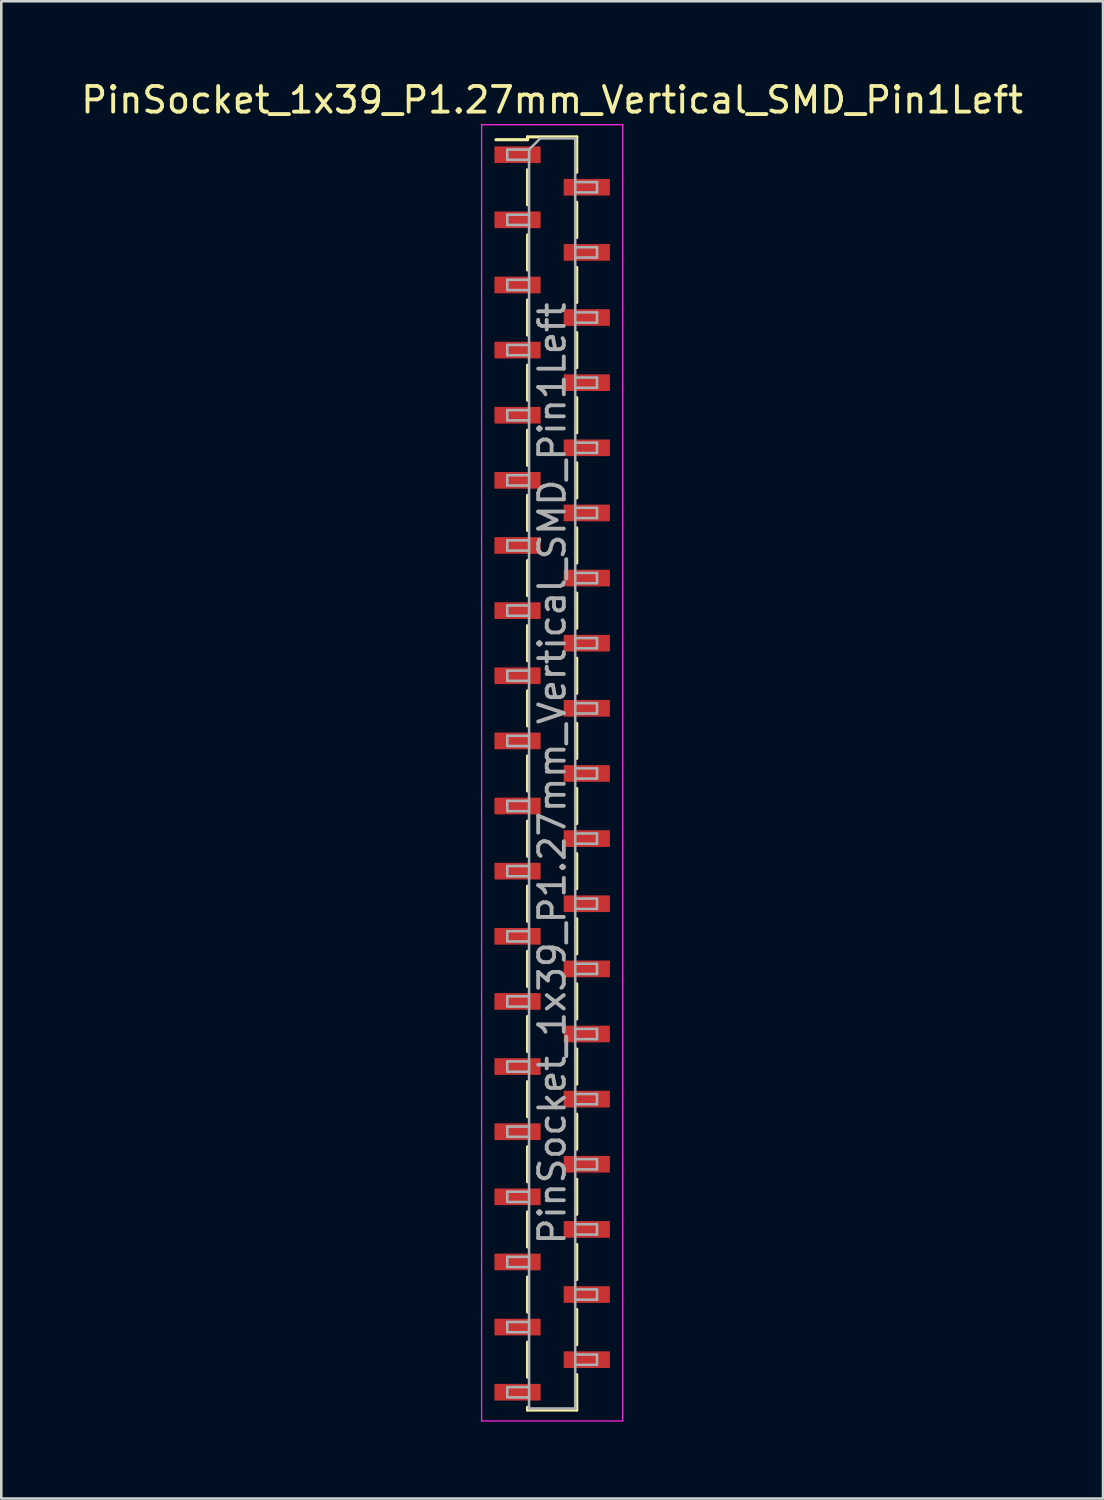
<source format=kicad_pcb>
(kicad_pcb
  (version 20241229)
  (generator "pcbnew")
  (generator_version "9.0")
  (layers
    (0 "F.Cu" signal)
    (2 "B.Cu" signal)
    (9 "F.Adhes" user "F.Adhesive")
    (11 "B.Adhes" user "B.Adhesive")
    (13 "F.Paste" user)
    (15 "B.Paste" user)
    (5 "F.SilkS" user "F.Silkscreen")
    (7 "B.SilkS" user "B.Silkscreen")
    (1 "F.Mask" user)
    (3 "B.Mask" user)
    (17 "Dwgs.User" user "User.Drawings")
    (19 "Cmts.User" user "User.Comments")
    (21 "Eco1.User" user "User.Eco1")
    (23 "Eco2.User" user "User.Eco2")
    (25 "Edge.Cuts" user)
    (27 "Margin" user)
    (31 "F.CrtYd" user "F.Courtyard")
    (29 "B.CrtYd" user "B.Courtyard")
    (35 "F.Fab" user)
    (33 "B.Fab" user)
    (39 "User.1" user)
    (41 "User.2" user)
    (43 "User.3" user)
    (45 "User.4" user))
  (footprint "PinSocket_1x39_P1.27mm_Vertical_SMD_Pin1Left"
    (layer "F.Cu")
    (at 18.482 27.113)
    (property "Reference" "PinSocket_1x39_P1.27mm_Vertical_SMD_Pin1Left" (at 0 -26.265 0) (layer "F.SilkS") (effects (font (size 1 1) (thickness 0.15))))
    (attr smd)
    (fp_line (start -2.19 -24.715) (end -0.96 -24.715) (stroke (width 0.12) (type solid)) (layer "F.SilkS"))
    (fp_line (start -0.96 -24.825) (end -0.96 -24.715) (stroke (width 0.12) (type solid)) (layer "F.SilkS"))
    (fp_line (start -0.96 -24.825) (end 0.96 -24.825) (stroke (width 0.12) (type solid)) (layer "F.SilkS"))
    (fp_line (start -0.96 -23.545) (end -0.96 -22.175) (stroke (width 0.12) (type solid)) (layer "F.SilkS"))
    (fp_line (start -0.96 -21.005) (end -0.96 -19.635) (stroke (width 0.12) (type solid)) (layer "F.SilkS"))
    (fp_line (start -0.96 -18.465) (end -0.96 -17.095) (stroke (width 0.12) (type solid)) (layer "F.SilkS"))
    (fp_line (start -0.96 -15.925) (end -0.96 -14.555) (stroke (width 0.12) (type solid)) (layer "F.SilkS"))
    (fp_line (start -0.96 -13.385) (end -0.96 -12.015) (stroke (width 0.12) (type solid)) (layer "F.SilkS"))
    (fp_line (start -0.96 -10.845) (end -0.96 -9.475) (stroke (width 0.12) (type solid)) (layer "F.SilkS"))
    (fp_line (start -0.96 -8.305) (end -0.96 -6.935) (stroke (width 0.12) (type solid)) (layer "F.SilkS"))
    (fp_line (start -0.96 -5.765) (end -0.96 -4.395) (stroke (width 0.12) (type solid)) (layer "F.SilkS"))
    (fp_line (start -0.96 -3.225) (end -0.96 -1.855) (stroke (width 0.12) (type solid)) (layer "F.SilkS"))
    (fp_line (start -0.96 -0.685) (end -0.96 0.685) (stroke (width 0.12) (type solid)) (layer "F.SilkS"))
    (fp_line (start -0.96 1.855) (end -0.96 3.225) (stroke (width 0.12) (type solid)) (layer "F.SilkS"))
    (fp_line (start -0.96 4.395) (end -0.96 5.765) (stroke (width 0.12) (type solid)) (layer "F.SilkS"))
    (fp_line (start -0.96 6.935) (end -0.96 8.305) (stroke (width 0.12) (type solid)) (layer "F.SilkS"))
    (fp_line (start -0.96 9.475) (end -0.96 10.845) (stroke (width 0.12) (type solid)) (layer "F.SilkS"))
    (fp_line (start -0.96 12.015) (end -0.96 13.385) (stroke (width 0.12) (type solid)) (layer "F.SilkS"))
    (fp_line (start -0.96 14.555) (end -0.96 15.925) (stroke (width 0.12) (type solid)) (layer "F.SilkS"))
    (fp_line (start -0.96 17.095) (end -0.96 18.465) (stroke (width 0.12) (type solid)) (layer "F.SilkS"))
    (fp_line (start -0.96 19.635) (end -0.96 21.005) (stroke (width 0.12) (type solid)) (layer "F.SilkS"))
    (fp_line (start -0.96 22.175) (end -0.96 23.545) (stroke (width 0.12) (type solid)) (layer "F.SilkS"))
    (fp_line (start -0.96 24.715) (end -0.96 24.825) (stroke (width 0.12) (type solid)) (layer "F.SilkS"))
    (fp_line (start -0.96 24.825) (end 0.96 24.825) (stroke (width 0.12) (type solid)) (layer "F.SilkS"))
    (fp_line (start 0.96 -24.825) (end 0.96 -23.445) (stroke (width 0.12) (type solid)) (layer "F.SilkS"))
    (fp_line (start 0.96 -22.275) (end 0.96 -20.905) (stroke (width 0.12) (type solid)) (layer "F.SilkS"))
    (fp_line (start 0.96 -19.735) (end 0.96 -18.365) (stroke (width 0.12) (type solid)) (layer "F.SilkS"))
    (fp_line (start 0.96 -17.195) (end 0.96 -15.825) (stroke (width 0.12) (type solid)) (layer "F.SilkS"))
    (fp_line (start 0.96 -14.655) (end 0.96 -13.285) (stroke (width 0.12) (type solid)) (layer "F.SilkS"))
    (fp_line (start 0.96 -12.115) (end 0.96 -10.745) (stroke (width 0.12) (type solid)) (layer "F.SilkS"))
    (fp_line (start 0.96 -9.575) (end 0.96 -8.205) (stroke (width 0.12) (type solid)) (layer "F.SilkS"))
    (fp_line (start 0.96 -7.035) (end 0.96 -5.665) (stroke (width 0.12) (type solid)) (layer "F.SilkS"))
    (fp_line (start 0.96 -4.495) (end 0.96 -3.125) (stroke (width 0.12) (type solid)) (layer "F.SilkS"))
    (fp_line (start 0.96 -1.955) (end 0.96 -0.585) (stroke (width 0.12) (type solid)) (layer "F.SilkS"))
    (fp_line (start 0.96 0.585) (end 0.96 1.955) (stroke (width 0.12) (type solid)) (layer "F.SilkS"))
    (fp_line (start 0.96 3.125) (end 0.96 4.495) (stroke (width 0.12) (type solid)) (layer "F.SilkS"))
    (fp_line (start 0.96 5.665) (end 0.96 7.035) (stroke (width 0.12) (type solid)) (layer "F.SilkS"))
    (fp_line (start 0.96 8.205) (end 0.96 9.575) (stroke (width 0.12) (type solid)) (layer "F.SilkS"))
    (fp_line (start 0.96 10.745) (end 0.96 12.115) (stroke (width 0.12) (type solid)) (layer "F.SilkS"))
    (fp_line (start 0.96 13.285) (end 0.96 14.655) (stroke (width 0.12) (type solid)) (layer "F.SilkS"))
    (fp_line (start 0.96 15.825) (end 0.96 17.195) (stroke (width 0.12) (type solid)) (layer "F.SilkS"))
    (fp_line (start 0.96 18.365) (end 0.96 19.735) (stroke (width 0.12) (type solid)) (layer "F.SilkS"))
    (fp_line (start 0.96 20.905) (end 0.96 22.275) (stroke (width 0.12) (type solid)) (layer "F.SilkS"))
    (fp_line (start 0.96 23.445) (end 0.96 24.825) (stroke (width 0.12) (type solid)) (layer "F.SilkS"))
    (fp_line (start -2.75 -25.3) (end 2.75 -25.3) (stroke (width 0.05) (type solid)) (layer "F.CrtYd"))
    (fp_line (start -2.75 25.25) (end -2.75 -25.3) (stroke (width 0.05) (type solid)) (layer "F.CrtYd"))
    (fp_line (start 2.75 -25.3) (end 2.75 25.25) (stroke (width 0.05) (type solid)) (layer "F.CrtYd"))
    (fp_line (start 2.75 25.25) (end -2.75 25.25) (stroke (width 0.05) (type solid)) (layer "F.CrtYd"))
    (fp_line (start -1.75 -24.33) (end -0.9 -24.33) (stroke (width 0.1) (type solid)) (layer "F.Fab"))
    (fp_line (start -1.75 -23.93) (end -1.75 -24.33) (stroke (width 0.1) (type solid)) (layer "F.Fab"))
    (fp_line (start -1.75 -21.79) (end -0.9 -21.79) (stroke (width 0.1) (type solid)) (layer "F.Fab"))
    (fp_line (start -1.75 -21.39) (end -1.75 -21.79) (stroke (width 0.1) (type solid)) (layer "F.Fab"))
    (fp_line (start -1.75 -19.25) (end -0.9 -19.25) (stroke (width 0.1) (type solid)) (layer "F.Fab"))
    (fp_line (start -1.75 -18.85) (end -1.75 -19.25) (stroke (width 0.1) (type solid)) (layer "F.Fab"))
    (fp_line (start -1.75 -16.71) (end -0.9 -16.71) (stroke (width 0.1) (type solid)) (layer "F.Fab"))
    (fp_line (start -1.75 -16.31) (end -1.75 -16.71) (stroke (width 0.1) (type solid)) (layer "F.Fab"))
    (fp_line (start -1.75 -14.17) (end -0.9 -14.17) (stroke (width 0.1) (type solid)) (layer "F.Fab"))
    (fp_line (start -1.75 -13.77) (end -1.75 -14.17) (stroke (width 0.1) (type solid)) (layer "F.Fab"))
    (fp_line (start -1.75 -11.63) (end -0.9 -11.63) (stroke (width 0.1) (type solid)) (layer "F.Fab"))
    (fp_line (start -1.75 -11.23) (end -1.75 -11.63) (stroke (width 0.1) (type solid)) (layer "F.Fab"))
    (fp_line (start -1.75 -9.09) (end -0.9 -9.09) (stroke (width 0.1) (type solid)) (layer "F.Fab"))
    (fp_line (start -1.75 -8.69) (end -1.75 -9.09) (stroke (width 0.1) (type solid)) (layer "F.Fab"))
    (fp_line (start -1.75 -6.55) (end -0.9 -6.55) (stroke (width 0.1) (type solid)) (layer "F.Fab"))
    (fp_line (start -1.75 -6.15) (end -1.75 -6.55) (stroke (width 0.1) (type solid)) (layer "F.Fab"))
    (fp_line (start -1.75 -4.01) (end -0.9 -4.01) (stroke (width 0.1) (type solid)) (layer "F.Fab"))
    (fp_line (start -1.75 -3.61) (end -1.75 -4.01) (stroke (width 0.1) (type solid)) (layer "F.Fab"))
    (fp_line (start -1.75 -1.47) (end -0.9 -1.47) (stroke (width 0.1) (type solid)) (layer "F.Fab"))
    (fp_line (start -1.75 -1.07) (end -1.75 -1.47) (stroke (width 0.1) (type solid)) (layer "F.Fab"))
    (fp_line (start -1.75 1.07) (end -0.9 1.07) (stroke (width 0.1) (type solid)) (layer "F.Fab"))
    (fp_line (start -1.75 1.47) (end -1.75 1.07) (stroke (width 0.1) (type solid)) (layer "F.Fab"))
    (fp_line (start -1.75 3.61) (end -0.9 3.61) (stroke (width 0.1) (type solid)) (layer "F.Fab"))
    (fp_line (start -1.75 4.01) (end -1.75 3.61) (stroke (width 0.1) (type solid)) (layer "F.Fab"))
    (fp_line (start -1.75 6.15) (end -0.9 6.15) (stroke (width 0.1) (type solid)) (layer "F.Fab"))
    (fp_line (start -1.75 6.55) (end -1.75 6.15) (stroke (width 0.1) (type solid)) (layer "F.Fab"))
    (fp_line (start -1.75 8.69) (end -0.9 8.69) (stroke (width 0.1) (type solid)) (layer "F.Fab"))
    (fp_line (start -1.75 9.09) (end -1.75 8.69) (stroke (width 0.1) (type solid)) (layer "F.Fab"))
    (fp_line (start -1.75 11.23) (end -0.9 11.23) (stroke (width 0.1) (type solid)) (layer "F.Fab"))
    (fp_line (start -1.75 11.63) (end -1.75 11.23) (stroke (width 0.1) (type solid)) (layer "F.Fab"))
    (fp_line (start -1.75 13.77) (end -0.9 13.77) (stroke (width 0.1) (type solid)) (layer "F.Fab"))
    (fp_line (start -1.75 14.17) (end -1.75 13.77) (stroke (width 0.1) (type solid)) (layer "F.Fab"))
    (fp_line (start -1.75 16.31) (end -0.9 16.31) (stroke (width 0.1) (type solid)) (layer "F.Fab"))
    (fp_line (start -1.75 16.71) (end -1.75 16.31) (stroke (width 0.1) (type solid)) (layer "F.Fab"))
    (fp_line (start -1.75 18.85) (end -0.9 18.85) (stroke (width 0.1) (type solid)) (layer "F.Fab"))
    (fp_line (start -1.75 19.25) (end -1.75 18.85) (stroke (width 0.1) (type solid)) (layer "F.Fab"))
    (fp_line (start -1.75 21.39) (end -0.9 21.39) (stroke (width 0.1) (type solid)) (layer "F.Fab"))
    (fp_line (start -1.75 21.79) (end -1.75 21.39) (stroke (width 0.1) (type solid)) (layer "F.Fab"))
    (fp_line (start -1.75 23.93) (end -0.9 23.93) (stroke (width 0.1) (type solid)) (layer "F.Fab"))
    (fp_line (start -1.75 24.33) (end -1.75 23.93) (stroke (width 0.1) (type solid)) (layer "F.Fab"))
    (fp_line (start -0.9 -24.33) (end -0.465 -24.765) (stroke (width 0.1) (type solid)) (layer "F.Fab"))
    (fp_line (start -0.9 -23.93) (end -1.75 -23.93) (stroke (width 0.1) (type solid)) (layer "F.Fab"))
    (fp_line (start -0.9 -21.39) (end -1.75 -21.39) (stroke (width 0.1) (type solid)) (layer "F.Fab"))
    (fp_line (start -0.9 -18.85) (end -1.75 -18.85) (stroke (width 0.1) (type solid)) (layer "F.Fab"))
    (fp_line (start -0.9 -16.31) (end -1.75 -16.31) (stroke (width 0.1) (type solid)) (layer "F.Fab"))
    (fp_line (start -0.9 -13.77) (end -1.75 -13.77) (stroke (width 0.1) (type solid)) (layer "F.Fab"))
    (fp_line (start -0.9 -11.23) (end -1.75 -11.23) (stroke (width 0.1) (type solid)) (layer "F.Fab"))
    (fp_line (start -0.9 -8.69) (end -1.75 -8.69) (stroke (width 0.1) (type solid)) (layer "F.Fab"))
    (fp_line (start -0.9 -6.15) (end -1.75 -6.15) (stroke (width 0.1) (type solid)) (layer "F.Fab"))
    (fp_line (start -0.9 -3.61) (end -1.75 -3.61) (stroke (width 0.1) (type solid)) (layer "F.Fab"))
    (fp_line (start -0.9 -1.07) (end -1.75 -1.07) (stroke (width 0.1) (type solid)) (layer "F.Fab"))
    (fp_line (start -0.9 1.47) (end -1.75 1.47) (stroke (width 0.1) (type solid)) (layer "F.Fab"))
    (fp_line (start -0.9 4.01) (end -1.75 4.01) (stroke (width 0.1) (type solid)) (layer "F.Fab"))
    (fp_line (start -0.9 6.55) (end -1.75 6.55) (stroke (width 0.1) (type solid)) (layer "F.Fab"))
    (fp_line (start -0.9 9.09) (end -1.75 9.09) (stroke (width 0.1) (type solid)) (layer "F.Fab"))
    (fp_line (start -0.9 11.63) (end -1.75 11.63) (stroke (width 0.1) (type solid)) (layer "F.Fab"))
    (fp_line (start -0.9 14.17) (end -1.75 14.17) (stroke (width 0.1) (type solid)) (layer "F.Fab"))
    (fp_line (start -0.9 16.71) (end -1.75 16.71) (stroke (width 0.1) (type solid)) (layer "F.Fab"))
    (fp_line (start -0.9 19.25) (end -1.75 19.25) (stroke (width 0.1) (type solid)) (layer "F.Fab"))
    (fp_line (start -0.9 21.79) (end -1.75 21.79) (stroke (width 0.1) (type solid)) (layer "F.Fab"))
    (fp_line (start -0.9 24.33) (end -1.75 24.33) (stroke (width 0.1) (type solid)) (layer "F.Fab"))
    (fp_line (start -0.9 24.765) (end -0.9 -24.33) (stroke (width 0.1) (type solid)) (layer "F.Fab"))
    (fp_line (start -0.465 -24.765) (end 0.9 -24.765) (stroke (width 0.1) (type solid)) (layer "F.Fab"))
    (fp_line (start 0.9 -24.765) (end 0.9 24.765) (stroke (width 0.1) (type solid)) (layer "F.Fab"))
    (fp_line (start 0.9 -23.06) (end 1.75 -23.06) (stroke (width 0.1) (type solid)) (layer "F.Fab"))
    (fp_line (start 0.9 -20.52) (end 1.75 -20.52) (stroke (width 0.1) (type solid)) (layer "F.Fab"))
    (fp_line (start 0.9 -17.98) (end 1.75 -17.98) (stroke (width 0.1) (type solid)) (layer "F.Fab"))
    (fp_line (start 0.9 -15.44) (end 1.75 -15.44) (stroke (width 0.1) (type solid)) (layer "F.Fab"))
    (fp_line (start 0.9 -12.9) (end 1.75 -12.9) (stroke (width 0.1) (type solid)) (layer "F.Fab"))
    (fp_line (start 0.9 -10.36) (end 1.75 -10.36) (stroke (width 0.1) (type solid)) (layer "F.Fab"))
    (fp_line (start 0.9 -7.82) (end 1.75 -7.82) (stroke (width 0.1) (type solid)) (layer "F.Fab"))
    (fp_line (start 0.9 -5.28) (end 1.75 -5.28) (stroke (width 0.1) (type solid)) (layer "F.Fab"))
    (fp_line (start 0.9 -2.74) (end 1.75 -2.74) (stroke (width 0.1) (type solid)) (layer "F.Fab"))
    (fp_line (start 0.9 -0.2) (end 1.75 -0.2) (stroke (width 0.1) (type solid)) (layer "F.Fab"))
    (fp_line (start 0.9 2.34) (end 1.75 2.34) (stroke (width 0.1) (type solid)) (layer "F.Fab"))
    (fp_line (start 0.9 4.88) (end 1.75 4.88) (stroke (width 0.1) (type solid)) (layer "F.Fab"))
    (fp_line (start 0.9 7.42) (end 1.75 7.42) (stroke (width 0.1) (type solid)) (layer "F.Fab"))
    (fp_line (start 0.9 9.96) (end 1.75 9.96) (stroke (width 0.1) (type solid)) (layer "F.Fab"))
    (fp_line (start 0.9 12.5) (end 1.75 12.5) (stroke (width 0.1) (type solid)) (layer "F.Fab"))
    (fp_line (start 0.9 15.04) (end 1.75 15.04) (stroke (width 0.1) (type solid)) (layer "F.Fab"))
    (fp_line (start 0.9 17.58) (end 1.75 17.58) (stroke (width 0.1) (type solid)) (layer "F.Fab"))
    (fp_line (start 0.9 20.12) (end 1.75 20.12) (stroke (width 0.1) (type solid)) (layer "F.Fab"))
    (fp_line (start 0.9 22.66) (end 1.75 22.66) (stroke (width 0.1) (type solid)) (layer "F.Fab"))
    (fp_line (start 0.9 24.765) (end -0.9 24.765) (stroke (width 0.1) (type solid)) (layer "F.Fab"))
    (fp_line (start 1.75 -23.06) (end 1.75 -22.66) (stroke (width 0.1) (type solid)) (layer "F.Fab"))
    (fp_line (start 1.75 -22.66) (end 0.9 -22.66) (stroke (width 0.1) (type solid)) (layer "F.Fab"))
    (fp_line (start 1.75 -20.52) (end 1.75 -20.12) (stroke (width 0.1) (type solid)) (layer "F.Fab"))
    (fp_line (start 1.75 -20.12) (end 0.9 -20.12) (stroke (width 0.1) (type solid)) (layer "F.Fab"))
    (fp_line (start 1.75 -17.98) (end 1.75 -17.58) (stroke (width 0.1) (type solid)) (layer "F.Fab"))
    (fp_line (start 1.75 -17.58) (end 0.9 -17.58) (stroke (width 0.1) (type solid)) (layer "F.Fab"))
    (fp_line (start 1.75 -15.44) (end 1.75 -15.04) (stroke (width 0.1) (type solid)) (layer "F.Fab"))
    (fp_line (start 1.75 -15.04) (end 0.9 -15.04) (stroke (width 0.1) (type solid)) (layer "F.Fab"))
    (fp_line (start 1.75 -12.9) (end 1.75 -12.5) (stroke (width 0.1) (type solid)) (layer "F.Fab"))
    (fp_line (start 1.75 -12.5) (end 0.9 -12.5) (stroke (width 0.1) (type solid)) (layer "F.Fab"))
    (fp_line (start 1.75 -10.36) (end 1.75 -9.96) (stroke (width 0.1) (type solid)) (layer "F.Fab"))
    (fp_line (start 1.75 -9.96) (end 0.9 -9.96) (stroke (width 0.1) (type solid)) (layer "F.Fab"))
    (fp_line (start 1.75 -7.82) (end 1.75 -7.42) (stroke (width 0.1) (type solid)) (layer "F.Fab"))
    (fp_line (start 1.75 -7.42) (end 0.9 -7.42) (stroke (width 0.1) (type solid)) (layer "F.Fab"))
    (fp_line (start 1.75 -5.28) (end 1.75 -4.88) (stroke (width 0.1) (type solid)) (layer "F.Fab"))
    (fp_line (start 1.75 -4.88) (end 0.9 -4.88) (stroke (width 0.1) (type solid)) (layer "F.Fab"))
    (fp_line (start 1.75 -2.74) (end 1.75 -2.34) (stroke (width 0.1) (type solid)) (layer "F.Fab"))
    (fp_line (start 1.75 -2.34) (end 0.9 -2.34) (stroke (width 0.1) (type solid)) (layer "F.Fab"))
    (fp_line (start 1.75 -0.2) (end 1.75 0.2) (stroke (width 0.1) (type solid)) (layer "F.Fab"))
    (fp_line (start 1.75 0.2) (end 0.9 0.2) (stroke (width 0.1) (type solid)) (layer "F.Fab"))
    (fp_line (start 1.75 2.34) (end 1.75 2.74) (stroke (width 0.1) (type solid)) (layer "F.Fab"))
    (fp_line (start 1.75 2.74) (end 0.9 2.74) (stroke (width 0.1) (type solid)) (layer "F.Fab"))
    (fp_line (start 1.75 4.88) (end 1.75 5.28) (stroke (width 0.1) (type solid)) (layer "F.Fab"))
    (fp_line (start 1.75 5.28) (end 0.9 5.28) (stroke (width 0.1) (type solid)) (layer "F.Fab"))
    (fp_line (start 1.75 7.42) (end 1.75 7.82) (stroke (width 0.1) (type solid)) (layer "F.Fab"))
    (fp_line (start 1.75 7.82) (end 0.9 7.82) (stroke (width 0.1) (type solid)) (layer "F.Fab"))
    (fp_line (start 1.75 9.96) (end 1.75 10.36) (stroke (width 0.1) (type solid)) (layer "F.Fab"))
    (fp_line (start 1.75 10.36) (end 0.9 10.36) (stroke (width 0.1) (type solid)) (layer "F.Fab"))
    (fp_line (start 1.75 12.5) (end 1.75 12.9) (stroke (width 0.1) (type solid)) (layer "F.Fab"))
    (fp_line (start 1.75 12.9) (end 0.9 12.9) (stroke (width 0.1) (type solid)) (layer "F.Fab"))
    (fp_line (start 1.75 15.04) (end 1.75 15.44) (stroke (width 0.1) (type solid)) (layer "F.Fab"))
    (fp_line (start 1.75 15.44) (end 0.9 15.44) (stroke (width 0.1) (type solid)) (layer "F.Fab"))
    (fp_line (start 1.75 17.58) (end 1.75 17.98) (stroke (width 0.1) (type solid)) (layer "F.Fab"))
    (fp_line (start 1.75 17.98) (end 0.9 17.98) (stroke (width 0.1) (type solid)) (layer "F.Fab"))
    (fp_line (start 1.75 20.12) (end 1.75 20.52) (stroke (width 0.1) (type solid)) (layer "F.Fab"))
    (fp_line (start 1.75 20.52) (end 0.9 20.52) (stroke (width 0.1) (type solid)) (layer "F.Fab"))
    (fp_line (start 1.75 22.66) (end 1.75 23.06) (stroke (width 0.1) (type solid)) (layer "F.Fab"))
    (fp_line (start 1.75 23.06) (end 0.9 23.06) (stroke (width 0.1) (type solid)) (layer "F.Fab"))
    (fp_text user "${REFERENCE}" (at 0 0 90) (layer "F.Fab") (effects (font (size 1 1) (thickness 0.15))))
    (pad "1" smd rect (at -1.35 -24.13) (size 1.8 0.65) (layers "F.Cu" "F.Mask" "F.Paste"))
    (pad "2" smd rect (at 1.35 -22.86) (size 1.8 0.65) (layers "F.Cu" "F.Mask" "F.Paste"))
    (pad "3" smd rect (at -1.35 -21.59) (size 1.8 0.65) (layers "F.Cu" "F.Mask" "F.Paste"))
    (pad "4" smd rect (at 1.35 -20.32) (size 1.8 0.65) (layers "F.Cu" "F.Mask" "F.Paste"))
    (pad "5" smd rect (at -1.35 -19.05) (size 1.8 0.65) (layers "F.Cu" "F.Mask" "F.Paste"))
    (pad "6" smd rect (at 1.35 -17.78) (size 1.8 0.65) (layers "F.Cu" "F.Mask" "F.Paste"))
    (pad "7" smd rect (at -1.35 -16.51) (size 1.8 0.65) (layers "F.Cu" "F.Mask" "F.Paste"))
    (pad "8" smd rect (at 1.35 -15.24) (size 1.8 0.65) (layers "F.Cu" "F.Mask" "F.Paste"))
    (pad "9" smd rect (at -1.35 -13.97) (size 1.8 0.65) (layers "F.Cu" "F.Mask" "F.Paste"))
    (pad "10" smd rect (at 1.35 -12.7) (size 1.8 0.65) (layers "F.Cu" "F.Mask" "F.Paste"))
    (pad "11" smd rect (at -1.35 -11.43) (size 1.8 0.65) (layers "F.Cu" "F.Mask" "F.Paste"))
    (pad "12" smd rect (at 1.35 -10.16) (size 1.8 0.65) (layers "F.Cu" "F.Mask" "F.Paste"))
    (pad "13" smd rect (at -1.35 -8.89) (size 1.8 0.65) (layers "F.Cu" "F.Mask" "F.Paste"))
    (pad "14" smd rect (at 1.35 -7.62) (size 1.8 0.65) (layers "F.Cu" "F.Mask" "F.Paste"))
    (pad "15" smd rect (at -1.35 -6.35) (size 1.8 0.65) (layers "F.Cu" "F.Mask" "F.Paste"))
    (pad "16" smd rect (at 1.35 -5.08) (size 1.8 0.65) (layers "F.Cu" "F.Mask" "F.Paste"))
    (pad "17" smd rect (at -1.35 -3.81) (size 1.8 0.65) (layers "F.Cu" "F.Mask" "F.Paste"))
    (pad "18" smd rect (at 1.35 -2.54) (size 1.8 0.65) (layers "F.Cu" "F.Mask" "F.Paste"))
    (pad "19" smd rect (at -1.35 -1.27) (size 1.8 0.65) (layers "F.Cu" "F.Mask" "F.Paste"))
    (pad "20" smd rect (at 1.35 0) (size 1.8 0.65) (layers "F.Cu" "F.Mask" "F.Paste"))
    (pad "21" smd rect (at -1.35 1.27) (size 1.8 0.65) (layers "F.Cu" "F.Mask" "F.Paste"))
    (pad "22" smd rect (at 1.35 2.54) (size 1.8 0.65) (layers "F.Cu" "F.Mask" "F.Paste"))
    (pad "23" smd rect (at -1.35 3.81) (size 1.8 0.65) (layers "F.Cu" "F.Mask" "F.Paste"))
    (pad "24" smd rect (at 1.35 5.08) (size 1.8 0.65) (layers "F.Cu" "F.Mask" "F.Paste"))
    (pad "25" smd rect (at -1.35 6.35) (size 1.8 0.65) (layers "F.Cu" "F.Mask" "F.Paste"))
    (pad "26" smd rect (at 1.35 7.62) (size 1.8 0.65) (layers "F.Cu" "F.Mask" "F.Paste"))
    (pad "27" smd rect (at -1.35 8.89) (size 1.8 0.65) (layers "F.Cu" "F.Mask" "F.Paste"))
    (pad "28" smd rect (at 1.35 10.16) (size 1.8 0.65) (layers "F.Cu" "F.Mask" "F.Paste"))
    (pad "29" smd rect (at -1.35 11.43) (size 1.8 0.65) (layers "F.Cu" "F.Mask" "F.Paste"))
    (pad "30" smd rect (at 1.35 12.7) (size 1.8 0.65) (layers "F.Cu" "F.Mask" "F.Paste"))
    (pad "31" smd rect (at -1.35 13.97) (size 1.8 0.65) (layers "F.Cu" "F.Mask" "F.Paste"))
    (pad "32" smd rect (at 1.35 15.24) (size 1.8 0.65) (layers "F.Cu" "F.Mask" "F.Paste"))
    (pad "33" smd rect (at -1.35 16.51) (size 1.8 0.65) (layers "F.Cu" "F.Mask" "F.Paste"))
    (pad "34" smd rect (at 1.35 17.78) (size 1.8 0.65) (layers "F.Cu" "F.Mask" "F.Paste"))
    (pad "35" smd rect (at -1.35 19.05) (size 1.8 0.65) (layers "F.Cu" "F.Mask" "F.Paste"))
    (pad "36" smd rect (at 1.35 20.32) (size 1.8 0.65) (layers "F.Cu" "F.Mask" "F.Paste"))
    (pad "37" smd rect (at -1.35 21.59) (size 1.8 0.65) (layers "F.Cu" "F.Mask" "F.Paste"))
    (pad "38" smd rect (at 1.35 22.86) (size 1.8 0.65) (layers "F.Cu" "F.Mask" "F.Paste"))
    (pad "39" smd rect (at -1.35 24.13) (size 1.8 0.65) (layers "F.Cu" "F.Mask" "F.Paste")))
  (gr_rect
    (start -3 -3)
    (end 39.964 55.388)
    (stroke (width 0.1) (type default))
    (fill no)
    (layer "Edge.Cuts")))
</source>
